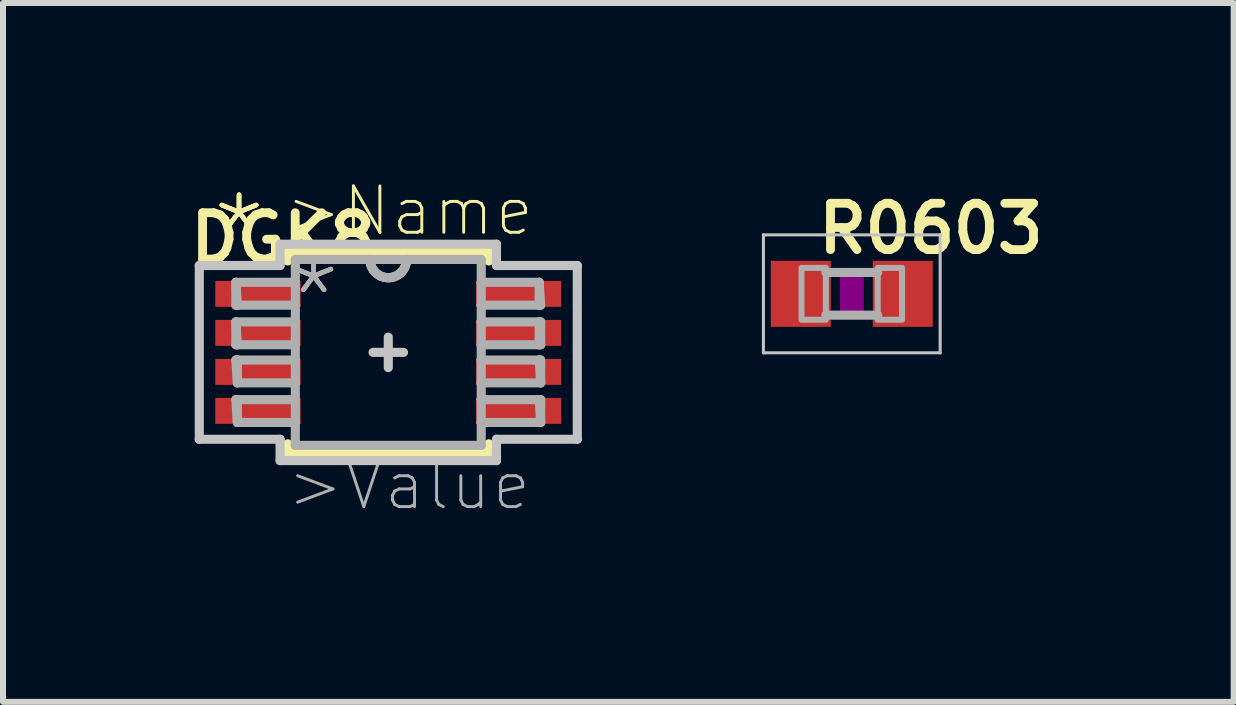
<source format=kicad_pcb>
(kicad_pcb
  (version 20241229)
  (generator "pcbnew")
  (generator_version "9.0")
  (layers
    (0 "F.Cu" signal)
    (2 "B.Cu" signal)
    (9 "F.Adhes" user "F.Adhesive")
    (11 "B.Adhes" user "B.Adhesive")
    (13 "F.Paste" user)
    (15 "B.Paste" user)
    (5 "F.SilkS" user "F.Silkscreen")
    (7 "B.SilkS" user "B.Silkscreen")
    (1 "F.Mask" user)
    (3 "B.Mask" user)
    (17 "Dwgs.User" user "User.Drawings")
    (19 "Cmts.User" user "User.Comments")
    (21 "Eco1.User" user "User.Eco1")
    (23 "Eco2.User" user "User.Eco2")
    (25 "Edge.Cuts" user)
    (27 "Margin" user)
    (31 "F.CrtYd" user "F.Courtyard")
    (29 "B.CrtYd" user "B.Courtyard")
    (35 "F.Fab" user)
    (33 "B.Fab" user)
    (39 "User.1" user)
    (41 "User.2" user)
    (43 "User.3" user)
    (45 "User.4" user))
  (footprint "DGK8"
    (layer "F.Cu")
    (at 3.421 2.823)
    (property "Reference" "DGK8" (at -1.753 -1.905 0) (layer "F.SilkS") (effects (font (size 0.772 0.772) (thickness 0.147))))
    (attr through_hole)
    (fp_line (start -1.676 -1.676) (end -1.676 -1.524) (stroke (width 0.152) (type solid)) (layer "F.SilkS"))
    (fp_line (start -1.676 1.524) (end -1.676 1.676) (stroke (width 0.152) (type solid)) (layer "F.SilkS"))
    (fp_line (start -1.676 1.676) (end 1.676 1.676) (stroke (width 0.152) (type solid)) (layer "F.SilkS"))
    (fp_line (start 1.676 -1.676) (end -1.676 -1.676) (stroke (width 0.152) (type solid)) (layer "F.SilkS"))
    (fp_line (start 1.676 -1.524) (end 1.676 -1.676) (stroke (width 0.152) (type solid)) (layer "F.SilkS"))
    (fp_line (start 1.676 1.676) (end 1.676 1.524) (stroke (width 0.152) (type solid)) (layer "F.SilkS"))
    (fp_line (start -3.15 -1.448) (end -1.803 -1.448) (stroke (width 0.152) (type solid)) (layer "Dwgs.User"))
    (fp_line (start -3.15 1.448) (end -3.15 -1.448) (stroke (width 0.152) (type solid)) (layer "Dwgs.User"))
    (fp_line (start -3.15 1.448) (end -1.803 1.448) (stroke (width 0.152) (type solid)) (layer "Dwgs.User"))
    (fp_line (start -1.803 -1.803) (end 1.803 -1.803) (stroke (width 0.152) (type solid)) (layer "Dwgs.User"))
    (fp_line (start -1.803 -1.448) (end -1.803 -1.803) (stroke (width 0.152) (type solid)) (layer "Dwgs.User"))
    (fp_line (start -1.803 1.803) (end -1.803 1.448) (stroke (width 0.152) (type solid)) (layer "Dwgs.User"))
    (fp_line (start -0.254 0) (end 0.254 0) (stroke (width 0.152) (type solid)) (layer "Dwgs.User"))
    (fp_line (start 0 0.254) (end 0 -0.254) (stroke (width 0.152) (type solid)) (layer "Dwgs.User"))
    (fp_line (start 1.803 -1.803) (end 1.803 -1.448) (stroke (width 0.152) (type solid)) (layer "Dwgs.User"))
    (fp_line (start 1.803 1.448) (end 1.803 1.803) (stroke (width 0.152) (type solid)) (layer "Dwgs.User"))
    (fp_line (start 1.803 1.803) (end -1.803 1.803) (stroke (width 0.152) (type solid)) (layer "Dwgs.User"))
    (fp_line (start 3.15 -1.448) (end 1.803 -1.448) (stroke (width 0.152) (type solid)) (layer "Dwgs.User"))
    (fp_line (start 3.15 -1.448) (end 3.15 1.448) (stroke (width 0.152) (type solid)) (layer "Dwgs.User"))
    (fp_line (start 3.15 1.448) (end 1.803 1.448) (stroke (width 0.152) (type solid)) (layer "Dwgs.User"))
    (fp_poly (pts (xy -3.137 1.445) (xy -3.137 -1.445) (xy -1.803 -1.445) (xy -1.803 -1.803) (xy 1.803 -1.803) (xy 1.803 -1.445) (xy 3.137 -1.445) (xy 3.137 1.445) (xy 1.803 1.445) (xy 1.803 1.803) (xy -1.803 1.803) (xy -1.803 1.445)) (stroke (width 0.1) (type solid)) (fill no) (layer "Dwgs.User"))
    (fp_line (start -2.54 -1.168) (end -2.54 -0.787) (stroke (width 0.152) (type solid)) (layer "F.Fab"))
    (fp_line (start -2.54 -1.168) (end -2.515 -0.787) (stroke (width 0.152) (type solid)) (layer "F.Fab"))
    (fp_line (start -2.54 -0.787) (end -2.515 -0.787) (stroke (width 0.152) (type solid)) (layer "F.Fab"))
    (fp_line (start -2.54 -0.508) (end -2.54 -0.127) (stroke (width 0.152) (type solid)) (layer "F.Fab"))
    (fp_line (start -2.54 -0.508) (end -2.515 -0.127) (stroke (width 0.152) (type solid)) (layer "F.Fab"))
    (fp_line (start -2.54 -0.127) (end -2.515 -0.127) (stroke (width 0.152) (type solid)) (layer "F.Fab"))
    (fp_line (start -2.54 0.127) (end -2.515 0.508) (stroke (width 0.152) (type solid)) (layer "F.Fab"))
    (fp_line (start -2.54 0.787) (end -2.515 1.168) (stroke (width 0.152) (type solid)) (layer "F.Fab"))
    (fp_line (start -2.515 -0.787) (end -1.549 -0.787) (stroke (width 0.152) (type solid)) (layer "F.Fab"))
    (fp_line (start -2.515 -0.127) (end -1.549 -0.127) (stroke (width 0.152) (type solid)) (layer "F.Fab"))
    (fp_line (start -2.515 0.127) (end -2.54 0.127) (stroke (width 0.152) (type solid)) (layer "F.Fab"))
    (fp_line (start -2.515 0.127) (end -2.515 0.508) (stroke (width 0.152) (type solid)) (layer "F.Fab"))
    (fp_line (start -2.515 0.508) (end -1.549 0.508) (stroke (width 0.152) (type solid)) (layer "F.Fab"))
    (fp_line (start -2.515 0.787) (end -2.54 0.787) (stroke (width 0.152) (type solid)) (layer "F.Fab"))
    (fp_line (start -2.515 0.787) (end -2.515 1.168) (stroke (width 0.152) (type solid)) (layer "F.Fab"))
    (fp_line (start -2.515 1.168) (end -1.549 1.168) (stroke (width 0.152) (type solid)) (layer "F.Fab"))
    (fp_line (start -1.549 -1.549) (end -1.549 -1.168) (stroke (width 0.152) (type solid)) (layer "F.Fab"))
    (fp_line (start -1.549 -1.168) (end -2.54 -1.168) (stroke (width 0.152) (type solid)) (layer "F.Fab"))
    (fp_line (start -1.549 -0.787) (end -1.549 -1.168) (stroke (width 0.152) (type solid)) (layer "F.Fab"))
    (fp_line (start -1.549 -0.787) (end -1.549 -0.508) (stroke (width 0.152) (type solid)) (layer "F.Fab"))
    (fp_line (start -1.549 -0.508) (end -2.54 -0.508) (stroke (width 0.152) (type solid)) (layer "F.Fab"))
    (fp_line (start -1.549 -0.127) (end -1.549 -0.508) (stroke (width 0.152) (type solid)) (layer "F.Fab"))
    (fp_line (start -1.549 -0.127) (end -1.549 0.127) (stroke (width 0.152) (type solid)) (layer "F.Fab"))
    (fp_line (start -1.549 0.127) (end -2.515 0.127) (stroke (width 0.152) (type solid)) (layer "F.Fab"))
    (fp_line (start -1.549 0.508) (end -1.549 0.127) (stroke (width 0.152) (type solid)) (layer "F.Fab"))
    (fp_line (start -1.549 0.508) (end -1.549 0.787) (stroke (width 0.152) (type solid)) (layer "F.Fab"))
    (fp_line (start -1.549 0.787) (end -2.515 0.787) (stroke (width 0.152) (type solid)) (layer "F.Fab"))
    (fp_line (start -1.549 1.168) (end -1.549 0.787) (stroke (width 0.152) (type solid)) (layer "F.Fab"))
    (fp_line (start -1.549 1.168) (end -1.549 1.549) (stroke (width 0.152) (type solid)) (layer "F.Fab"))
    (fp_line (start -1.549 1.549) (end 1.549 1.549) (stroke (width 0.152) (type solid)) (layer "F.Fab"))
    (fp_line (start -0.305 -1.549) (end -1.549 -1.549) (stroke (width 0.152) (type solid)) (layer "F.Fab"))
    (fp_line (start 0.305 -1.549) (end -0.305 -1.549) (stroke (width 0.152) (type solid)) (layer "F.Fab"))
    (fp_line (start 1.549 -1.549) (end 0.305 -1.549) (stroke (width 0.152) (type solid)) (layer "F.Fab"))
    (fp_line (start 1.549 -1.168) (end 1.549 -1.549) (stroke (width 0.152) (type solid)) (layer "F.Fab"))
    (fp_line (start 1.549 -1.168) (end 1.549 -0.787) (stroke (width 0.152) (type solid)) (layer "F.Fab"))
    (fp_line (start 1.549 -0.787) (end 2.515 -0.787) (stroke (width 0.152) (type solid)) (layer "F.Fab"))
    (fp_line (start 1.549 -0.508) (end 1.549 -0.787) (stroke (width 0.152) (type solid)) (layer "F.Fab"))
    (fp_line (start 1.549 -0.508) (end 1.549 -0.127) (stroke (width 0.152) (type solid)) (layer "F.Fab"))
    (fp_line (start 1.549 -0.127) (end 2.515 -0.127) (stroke (width 0.152) (type solid)) (layer "F.Fab"))
    (fp_line (start 1.549 0.127) (end 1.549 -0.127) (stroke (width 0.152) (type solid)) (layer "F.Fab"))
    (fp_line (start 1.549 0.127) (end 1.549 0.508) (stroke (width 0.152) (type solid)) (layer "F.Fab"))
    (fp_line (start 1.549 0.508) (end 2.54 0.508) (stroke (width 0.152) (type solid)) (layer "F.Fab"))
    (fp_line (start 1.549 0.787) (end 1.549 0.508) (stroke (width 0.152) (type solid)) (layer "F.Fab"))
    (fp_line (start 1.549 0.787) (end 1.549 1.168) (stroke (width 0.152) (type solid)) (layer "F.Fab"))
    (fp_line (start 1.549 1.168) (end 2.54 1.168) (stroke (width 0.152) (type solid)) (layer "F.Fab"))
    (fp_line (start 1.549 1.549) (end 1.549 1.168) (stroke (width 0.152) (type solid)) (layer "F.Fab"))
    (fp_line (start 2.515 -1.168) (end 1.549 -1.168) (stroke (width 0.152) (type solid)) (layer "F.Fab"))
    (fp_line (start 2.515 -0.787) (end 2.515 -1.168) (stroke (width 0.152) (type solid)) (layer "F.Fab"))
    (fp_line (start 2.515 -0.787) (end 2.54 -0.787) (stroke (width 0.152) (type solid)) (layer "F.Fab"))
    (fp_line (start 2.515 -0.508) (end 1.549 -0.508) (stroke (width 0.152) (type solid)) (layer "F.Fab"))
    (fp_line (start 2.515 -0.127) (end 2.515 -0.508) (stroke (width 0.152) (type solid)) (layer "F.Fab"))
    (fp_line (start 2.515 -0.127) (end 2.54 -0.127) (stroke (width 0.152) (type solid)) (layer "F.Fab"))
    (fp_line (start 2.515 0.127) (end 1.549 0.127) (stroke (width 0.152) (type solid)) (layer "F.Fab"))
    (fp_line (start 2.515 0.787) (end 1.549 0.787) (stroke (width 0.152) (type solid)) (layer "F.Fab"))
    (fp_line (start 2.54 -0.787) (end 2.515 -1.168) (stroke (width 0.152) (type solid)) (layer "F.Fab"))
    (fp_line (start 2.54 -0.508) (end 2.515 -0.508) (stroke (width 0.152) (type solid)) (layer "F.Fab"))
    (fp_line (start 2.54 -0.127) (end 2.54 -0.508) (stroke (width 0.152) (type solid)) (layer "F.Fab"))
    (fp_line (start 2.54 0.127) (end 2.515 0.127) (stroke (width 0.152) (type solid)) (layer "F.Fab"))
    (fp_line (start 2.54 0.508) (end 2.515 0.127) (stroke (width 0.152) (type solid)) (layer "F.Fab"))
    (fp_line (start 2.54 0.508) (end 2.54 0.127) (stroke (width 0.152) (type solid)) (layer "F.Fab"))
    (fp_line (start 2.54 0.787) (end 2.515 0.787) (stroke (width 0.152) (type solid)) (layer "F.Fab"))
    (fp_line (start 2.54 1.168) (end 2.515 0.787) (stroke (width 0.152) (type solid)) (layer "F.Fab"))
    (fp_line (start 2.54 1.168) (end 2.54 0.787) (stroke (width 0.152) (type solid)) (layer "F.Fab"))
    (fp_arc (start 0.3048 -1.5494) (mid 0 -1.2446) (end -0.3048 -1.5494) (stroke (width 0.1524) (type solid)) (layer "F.Fab"))
    (fp_arc (start 0.3048 -1.5494) (mid 0 -1.2446) (end -0.3048 -1.5494) (stroke (width 0.1524) (type solid)) (layer "F.Fab"))
    (fp_arc (start 0.3048 -1.5494) (mid 0 -1.2446) (end -0.3048 -1.5494) (stroke (width 0.1524) (type solid)) (layer "F.Fab"))
    (fp_text user "*" (at -2.997 -1.27 0) (layer "F.SilkS") (effects (font (size 1.206 1.206) (thickness 0.076)) (justify left bottom)))
    (fp_text user ">Name" (at -1.753 -1.905 0) (layer "F.SilkS") (effects (font (size 0.772 0.772) (thickness 0.049)) (justify left bottom)))
    (fp_text user "*" (at -2.997 -1.27 0) (layer "F.SilkS") (effects (font (size 1.206 1.206) (thickness 0.076)) (justify left bottom)))
    (fp_text user "*" (at -2.997 -1.27 0) (layer "F.SilkS") (effects (font (size 1.206 1.206) (thickness 0.076)) (justify left bottom)))
    (fp_text user "*" (at -1.753 -0.203 0) (layer "F.Fab") (effects (font (size 1.206 1.206) (thickness 0.076)) (justify left bottom)))
    (fp_text user ">Value" (at -1.727 2.667 0) (layer "F.Fab") (effects (font (size 0.772 0.772) (thickness 0.049)) (justify left bottom)))
    (fp_text user "*" (at -1.753 -0.203 0) (layer "F.Fab") (effects (font (size 1.206 1.206) (thickness 0.076)) (justify left bottom)))
    (fp_text user "*" (at -1.753 -0.203 0) (layer "F.Fab") (effects (font (size 1.206 1.206) (thickness 0.076)) (justify left bottom)))
    (pad "1" smd rect (at -2.172 -0.975) (size 1.422 0.432) (layers "F.Cu" "F.Mask" "F.Paste"))
    (pad "2" smd rect (at -2.172 -0.325) (size 1.422 0.432) (layers "F.Cu" "F.Mask" "F.Paste"))
    (pad "3" smd rect (at -2.172 0.325) (size 1.422 0.432) (layers "F.Cu" "F.Mask" "F.Paste"))
    (pad "4" smd rect (at -2.172 0.975) (size 1.422 0.432) (layers "F.Cu" "F.Mask" "F.Paste"))
    (pad "5" smd rect (at 2.172 0.975) (size 1.422 0.432) (layers "F.Cu" "F.Mask" "F.Paste"))
    (pad "6" smd rect (at 2.172 0.325) (size 1.422 0.432) (layers "F.Cu" "F.Mask" "F.Paste"))
    (pad "7" smd rect (at 2.172 -0.325) (size 1.422 0.432) (layers "F.Cu" "F.Mask" "F.Paste"))
    (pad "8" smd rect (at 2.172 -0.975) (size 1.422 0.432) (layers "F.Cu" "F.Mask" "F.Paste")))
  (footprint "R0603"
    (layer "F.Cu")
    (at 11.146 1.847)
    (property "Reference" "R0603" (at -0.635 -0.635 180) (layer "F.SilkS") (effects (font (size 0.772 0.772) (thickness 0.147)) (justify left bottom)))
    (attr through_hole)
    (fp_poly (pts (xy -0.2 0.4) (xy 0.2 0.4) (xy 0.2 -0.4) (xy -0.2 -0.4)) (stroke (width 0) (type solid)) (fill yes) (layer "F.Adhes"))
    (fp_line (start -1.473 -0.983) (end 1.473 -0.983) (stroke (width 0.051) (type solid)) (layer "Dwgs.User"))
    (fp_line (start -1.473 0.983) (end -1.473 -0.983) (stroke (width 0.051) (type solid)) (layer "Dwgs.User"))
    (fp_line (start 1.473 -0.983) (end 1.473 0.983) (stroke (width 0.051) (type solid)) (layer "Dwgs.User"))
    (fp_line (start 1.473 0.983) (end -1.473 0.983) (stroke (width 0.051) (type solid)) (layer "Dwgs.User"))
    (fp_line (start -0.432 0.356) (end 0.432 0.356) (stroke (width 0.152) (type solid)) (layer "F.Fab"))
    (fp_line (start 0.432 -0.356) (end -0.432 -0.356) (stroke (width 0.152) (type solid)) (layer "F.Fab"))
    (fp_poly (pts (xy -0.838 0.432) (xy -0.432 0.432) (xy -0.432 -0.432) (xy -0.838 -0.432)) (stroke (width 0.1) (type solid)) (fill no) (layer "F.Fab"))
    (fp_poly (pts (xy 0.432 0.432) (xy 0.838 0.432) (xy 0.838 -0.432) (xy 0.432 -0.432)) (stroke (width 0.1) (type solid)) (fill no) (layer "F.Fab"))
    (pad "1" smd rect (at -0.85 0) (size 1 1.1) (layers "F.Cu" "F.Mask" "F.Paste"))
    (pad "2" smd rect (at 0.85 0) (size 1 1.1) (layers "F.Cu" "F.Mask" "F.Paste")))
  (gr_rect
    (start -3 -3)
    (end 17.51 8.647)
    (stroke (width 0.1) (type default))
    (fill no)
    (layer "Edge.Cuts")))
</source>
